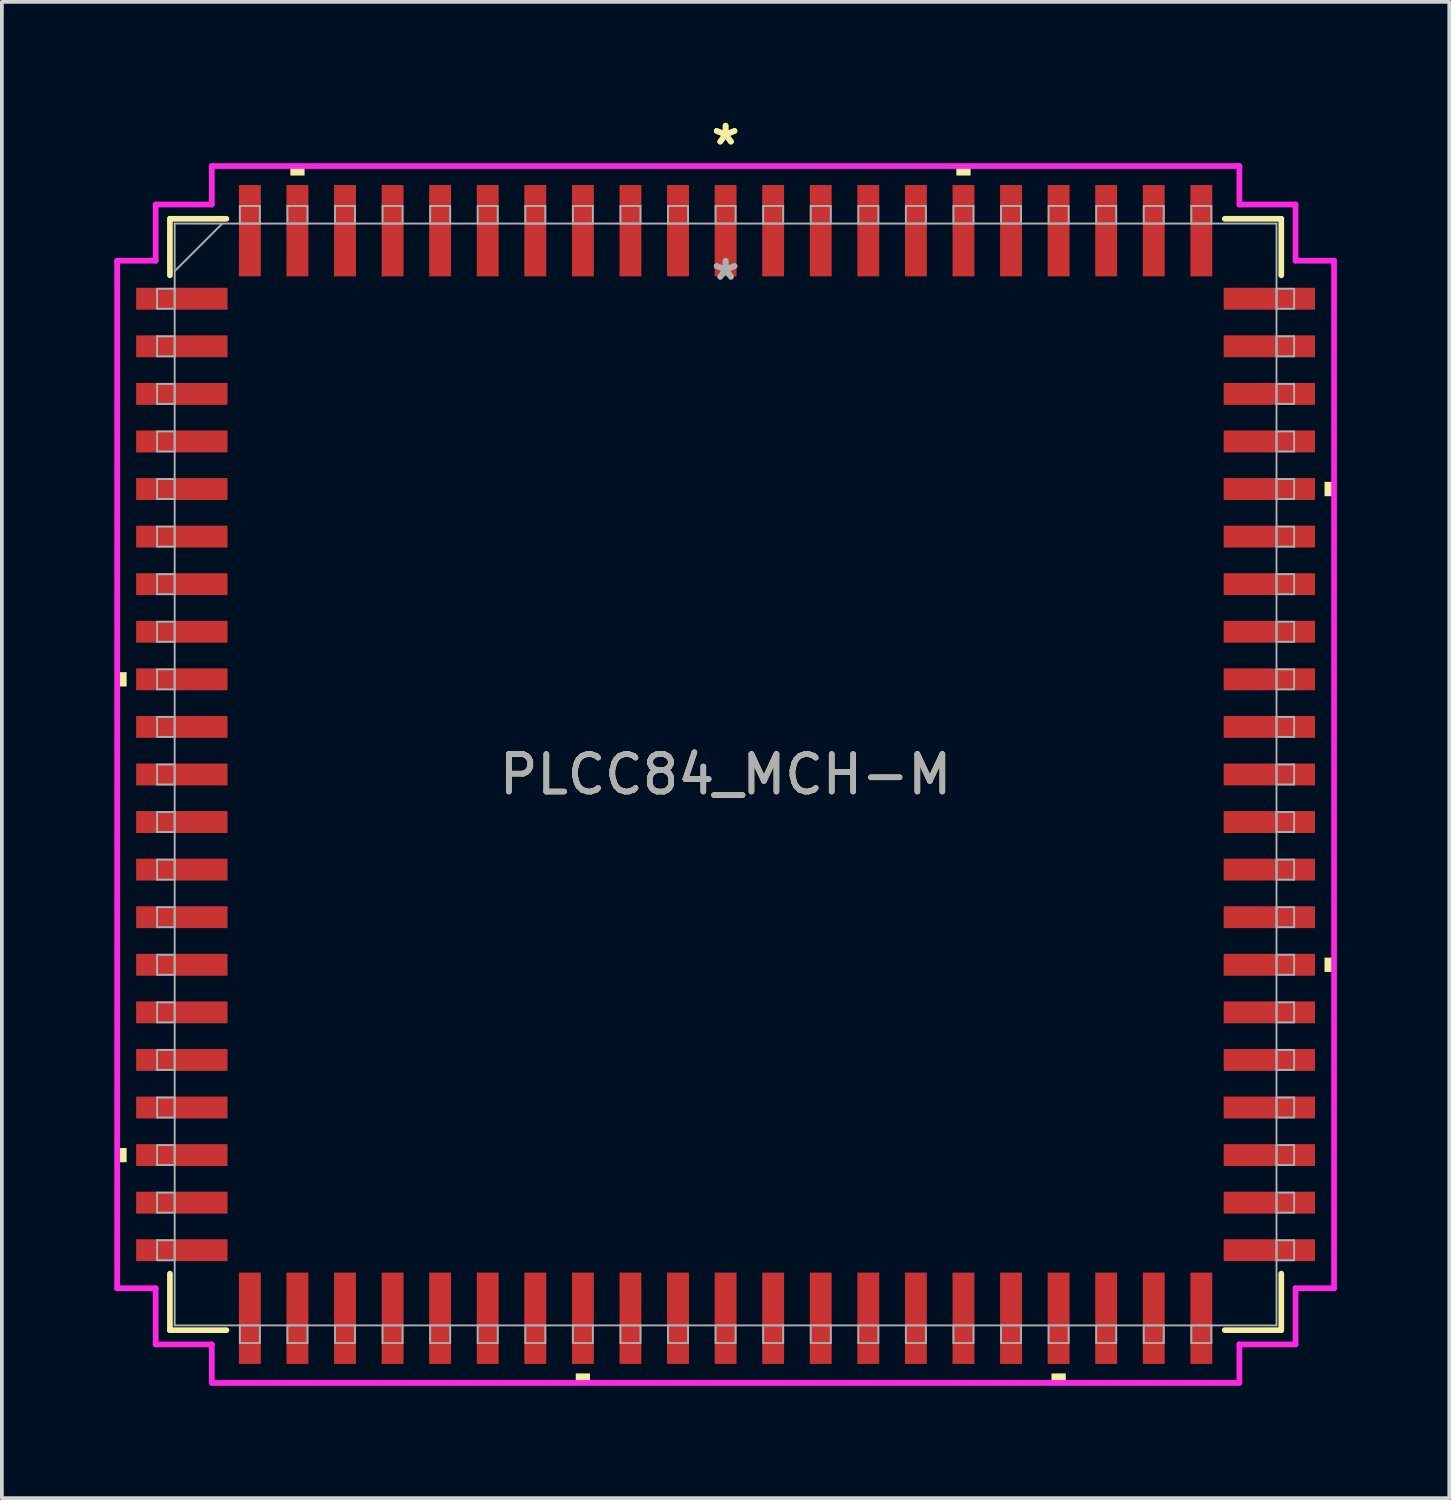
<source format=kicad_pcb>
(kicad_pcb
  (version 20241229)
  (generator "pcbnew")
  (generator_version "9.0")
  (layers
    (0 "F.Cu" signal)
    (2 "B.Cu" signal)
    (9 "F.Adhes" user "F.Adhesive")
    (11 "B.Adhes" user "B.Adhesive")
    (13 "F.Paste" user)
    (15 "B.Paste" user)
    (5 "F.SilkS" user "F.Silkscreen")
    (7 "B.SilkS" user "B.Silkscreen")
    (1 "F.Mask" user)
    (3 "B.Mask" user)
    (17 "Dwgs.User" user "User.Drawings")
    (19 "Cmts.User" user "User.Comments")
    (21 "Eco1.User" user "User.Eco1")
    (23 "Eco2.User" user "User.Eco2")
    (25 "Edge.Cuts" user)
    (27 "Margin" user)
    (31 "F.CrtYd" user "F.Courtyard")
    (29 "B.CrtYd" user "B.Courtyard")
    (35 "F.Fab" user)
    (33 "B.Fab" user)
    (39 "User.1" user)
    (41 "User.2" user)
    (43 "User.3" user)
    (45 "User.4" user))
  (footprint "PLCC84_MCH-M"
    (layer "F.Cu")
    (at 16.32 17.625)
    (property "Reference" "PLCC84_MCH-M" (at 0 0 0) (unlocked yes) (layer "F.SilkS") (effects (font (size 1 1) (thickness 0.15))))
    (attr smd)
    (fp_line (start -14.834 -14.834) (end -14.834 -13.325) (stroke (width 0.152) (type solid)) (layer "F.SilkS"))
    (fp_line (start -14.834 13.325) (end -14.834 14.834) (stroke (width 0.152) (type solid)) (layer "F.SilkS"))
    (fp_line (start -14.834 14.834) (end -13.325 14.834) (stroke (width 0.152) (type solid)) (layer "F.SilkS"))
    (fp_line (start -13.325 -14.834) (end -14.834 -14.834) (stroke (width 0.152) (type solid)) (layer "F.SilkS"))
    (fp_line (start 13.325 14.834) (end 14.834 14.834) (stroke (width 0.152) (type solid)) (layer "F.SilkS"))
    (fp_line (start 14.834 -14.834) (end 13.325 -14.834) (stroke (width 0.152) (type solid)) (layer "F.SilkS"))
    (fp_line (start 14.834 -13.325) (end 14.834 -14.834) (stroke (width 0.152) (type solid)) (layer "F.SilkS"))
    (fp_line (start 14.834 14.834) (end 14.834 13.325) (stroke (width 0.152) (type solid)) (layer "F.SilkS"))
    (fp_poly (pts (xy -16.243 -2.731) (xy -16.243 -2.349) (xy -15.989 -2.349) (xy -15.989 -2.731)) (stroke (width 0) (type solid)) (fill yes) (layer "F.SilkS"))
    (fp_poly (pts (xy -16.243 9.97) (xy -16.243 10.351) (xy -15.989 10.351) (xy -15.989 9.97)) (stroke (width 0) (type solid)) (fill yes) (layer "F.SilkS"))
    (fp_poly (pts (xy -11.62 -15.989) (xy -11.62 -16.243) (xy -11.239 -16.243) (xy -11.239 -15.989)) (stroke (width 0) (type solid)) (fill yes) (layer "F.SilkS"))
    (fp_poly (pts (xy -4 15.989) (xy -4 16.243) (xy -3.619 16.243) (xy -3.619 15.989)) (stroke (width 0) (type solid)) (fill yes) (layer "F.SilkS"))
    (fp_poly (pts (xy 6.16 -15.989) (xy 6.16 -16.243) (xy 6.54 -16.243) (xy 6.54 -15.989)) (stroke (width 0) (type solid)) (fill yes) (layer "F.SilkS"))
    (fp_poly (pts (xy 8.7 15.989) (xy 8.7 16.243) (xy 9.081 16.243) (xy 9.081 15.989)) (stroke (width 0) (type solid)) (fill yes) (layer "F.SilkS"))
    (fp_poly (pts (xy 16.243 -7.811) (xy 16.243 -7.429) (xy 15.989 -7.429) (xy 15.989 -7.811)) (stroke (width 0) (type solid)) (fill yes) (layer "F.SilkS"))
    (fp_poly (pts (xy 16.243 4.889) (xy 16.243 5.271) (xy 15.989 5.271) (xy 15.989 4.889)) (stroke (width 0) (type solid)) (fill yes) (layer "F.SilkS"))
    (fp_line (start -16.243 -13.716) (end -15.215 -13.716) (stroke (width 0.152) (type solid)) (layer "F.CrtYd"))
    (fp_line (start -16.243 13.716) (end -16.243 -13.716) (stroke (width 0.152) (type solid)) (layer "F.CrtYd"))
    (fp_line (start -16.243 13.716) (end -15.215 13.716) (stroke (width 0.152) (type solid)) (layer "F.CrtYd"))
    (fp_line (start -15.215 -15.215) (end -13.716 -15.215) (stroke (width 0.152) (type solid)) (layer "F.CrtYd"))
    (fp_line (start -15.215 -13.716) (end -15.215 -15.215) (stroke (width 0.152) (type solid)) (layer "F.CrtYd"))
    (fp_line (start -15.215 15.215) (end -15.215 13.716) (stroke (width 0.152) (type solid)) (layer "F.CrtYd"))
    (fp_line (start -13.716 -16.243) (end 13.716 -16.243) (stroke (width 0.152) (type solid)) (layer "F.CrtYd"))
    (fp_line (start -13.716 -15.215) (end -13.716 -16.243) (stroke (width 0.152) (type solid)) (layer "F.CrtYd"))
    (fp_line (start -13.716 15.215) (end -15.215 15.215) (stroke (width 0.152) (type solid)) (layer "F.CrtYd"))
    (fp_line (start -13.716 16.243) (end -13.716 15.215) (stroke (width 0.152) (type solid)) (layer "F.CrtYd"))
    (fp_line (start 13.716 -16.243) (end 13.716 -15.215) (stroke (width 0.152) (type solid)) (layer "F.CrtYd"))
    (fp_line (start 13.716 -15.215) (end 15.215 -15.215) (stroke (width 0.152) (type solid)) (layer "F.CrtYd"))
    (fp_line (start 13.716 15.215) (end 13.716 16.243) (stroke (width 0.152) (type solid)) (layer "F.CrtYd"))
    (fp_line (start 13.716 16.243) (end -13.716 16.243) (stroke (width 0.152) (type solid)) (layer "F.CrtYd"))
    (fp_line (start 15.215 -15.215) (end 15.215 -13.716) (stroke (width 0.152) (type solid)) (layer "F.CrtYd"))
    (fp_line (start 15.215 -13.716) (end 16.243 -13.716) (stroke (width 0.152) (type solid)) (layer "F.CrtYd"))
    (fp_line (start 15.215 13.716) (end 15.215 15.215) (stroke (width 0.152) (type solid)) (layer "F.CrtYd"))
    (fp_line (start 15.215 15.215) (end 13.716 15.215) (stroke (width 0.152) (type solid)) (layer "F.CrtYd"))
    (fp_line (start 16.243 -13.716) (end 16.243 13.716) (stroke (width 0.152) (type solid)) (layer "F.CrtYd"))
    (fp_line (start 16.243 13.716) (end 15.215 13.716) (stroke (width 0.152) (type solid)) (layer "F.CrtYd"))
    (fp_line (start -15.177 -12.967) (end -15.177 -12.433) (stroke (width 0.051) (type solid)) (layer "F.Fab"))
    (fp_line (start -15.177 -12.433) (end -14.707 -12.433) (stroke (width 0.051) (type solid)) (layer "F.Fab"))
    (fp_line (start -15.177 -11.697) (end -15.177 -11.163) (stroke (width 0.051) (type solid)) (layer "F.Fab"))
    (fp_line (start -15.177 -11.163) (end -14.707 -11.163) (stroke (width 0.051) (type solid)) (layer "F.Fab"))
    (fp_line (start -15.177 -10.427) (end -15.177 -9.893) (stroke (width 0.051) (type solid)) (layer "F.Fab"))
    (fp_line (start -15.177 -9.893) (end -14.707 -9.893) (stroke (width 0.051) (type solid)) (layer "F.Fab"))
    (fp_line (start -15.177 -9.157) (end -15.177 -8.623) (stroke (width 0.051) (type solid)) (layer "F.Fab"))
    (fp_line (start -15.177 -8.623) (end -14.707 -8.623) (stroke (width 0.051) (type solid)) (layer "F.Fab"))
    (fp_line (start -15.177 -7.887) (end -15.177 -7.353) (stroke (width 0.051) (type solid)) (layer "F.Fab"))
    (fp_line (start -15.177 -7.353) (end -14.707 -7.353) (stroke (width 0.051) (type solid)) (layer "F.Fab"))
    (fp_line (start -15.177 -6.617) (end -15.177 -6.083) (stroke (width 0.051) (type solid)) (layer "F.Fab"))
    (fp_line (start -15.177 -6.083) (end -14.707 -6.083) (stroke (width 0.051) (type solid)) (layer "F.Fab"))
    (fp_line (start -15.177 -5.347) (end -15.177 -4.813) (stroke (width 0.051) (type solid)) (layer "F.Fab"))
    (fp_line (start -15.177 -4.813) (end -14.707 -4.813) (stroke (width 0.051) (type solid)) (layer "F.Fab"))
    (fp_line (start -15.177 -4.077) (end -15.177 -3.543) (stroke (width 0.051) (type solid)) (layer "F.Fab"))
    (fp_line (start -15.177 -3.543) (end -14.707 -3.543) (stroke (width 0.051) (type solid)) (layer "F.Fab"))
    (fp_line (start -15.177 -2.807) (end -15.177 -2.273) (stroke (width 0.051) (type solid)) (layer "F.Fab"))
    (fp_line (start -15.177 -2.273) (end -14.707 -2.273) (stroke (width 0.051) (type solid)) (layer "F.Fab"))
    (fp_line (start -15.177 -1.537) (end -15.177 -1.003) (stroke (width 0.051) (type solid)) (layer "F.Fab"))
    (fp_line (start -15.177 -1.003) (end -14.707 -1.003) (stroke (width 0.051) (type solid)) (layer "F.Fab"))
    (fp_line (start -15.177 -0.267) (end -15.177 0.267) (stroke (width 0.051) (type solid)) (layer "F.Fab"))
    (fp_line (start -15.177 0.267) (end -14.707 0.267) (stroke (width 0.051) (type solid)) (layer "F.Fab"))
    (fp_line (start -15.177 1.003) (end -15.177 1.537) (stroke (width 0.051) (type solid)) (layer "F.Fab"))
    (fp_line (start -15.177 1.537) (end -14.707 1.537) (stroke (width 0.051) (type solid)) (layer "F.Fab"))
    (fp_line (start -15.177 2.273) (end -15.177 2.807) (stroke (width 0.051) (type solid)) (layer "F.Fab"))
    (fp_line (start -15.177 2.807) (end -14.707 2.807) (stroke (width 0.051) (type solid)) (layer "F.Fab"))
    (fp_line (start -15.177 3.543) (end -15.177 4.077) (stroke (width 0.051) (type solid)) (layer "F.Fab"))
    (fp_line (start -15.177 4.077) (end -14.707 4.077) (stroke (width 0.051) (type solid)) (layer "F.Fab"))
    (fp_line (start -15.177 4.813) (end -15.177 5.347) (stroke (width 0.051) (type solid)) (layer "F.Fab"))
    (fp_line (start -15.177 5.347) (end -14.707 5.347) (stroke (width 0.051) (type solid)) (layer "F.Fab"))
    (fp_line (start -15.177 6.083) (end -15.177 6.617) (stroke (width 0.051) (type solid)) (layer "F.Fab"))
    (fp_line (start -15.177 6.617) (end -14.707 6.617) (stroke (width 0.051) (type solid)) (layer "F.Fab"))
    (fp_line (start -15.177 7.353) (end -15.177 7.887) (stroke (width 0.051) (type solid)) (layer "F.Fab"))
    (fp_line (start -15.177 7.887) (end -14.707 7.887) (stroke (width 0.051) (type solid)) (layer "F.Fab"))
    (fp_line (start -15.177 8.623) (end -15.177 9.157) (stroke (width 0.051) (type solid)) (layer "F.Fab"))
    (fp_line (start -15.177 9.157) (end -14.707 9.157) (stroke (width 0.051) (type solid)) (layer "F.Fab"))
    (fp_line (start -15.177 9.893) (end -15.177 10.427) (stroke (width 0.051) (type solid)) (layer "F.Fab"))
    (fp_line (start -15.177 10.427) (end -14.707 10.427) (stroke (width 0.051) (type solid)) (layer "F.Fab"))
    (fp_line (start -15.177 11.163) (end -15.177 11.697) (stroke (width 0.051) (type solid)) (layer "F.Fab"))
    (fp_line (start -15.177 11.697) (end -14.707 11.697) (stroke (width 0.051) (type solid)) (layer "F.Fab"))
    (fp_line (start -15.177 12.433) (end -15.177 12.967) (stroke (width 0.051) (type solid)) (layer "F.Fab"))
    (fp_line (start -15.177 12.967) (end -14.707 12.967) (stroke (width 0.051) (type solid)) (layer "F.Fab"))
    (fp_line (start -14.707 -14.707) (end -14.707 14.707) (stroke (width 0.051) (type solid)) (layer "F.Fab"))
    (fp_line (start -14.707 -13.437) (end -13.437 -14.707) (stroke (width 0.051) (type solid)) (layer "F.Fab"))
    (fp_line (start -14.707 -12.967) (end -15.177 -12.967) (stroke (width 0.051) (type solid)) (layer "F.Fab"))
    (fp_line (start -14.707 -12.433) (end -14.707 -12.967) (stroke (width 0.051) (type solid)) (layer "F.Fab"))
    (fp_line (start -14.707 -11.697) (end -15.177 -11.697) (stroke (width 0.051) (type solid)) (layer "F.Fab"))
    (fp_line (start -14.707 -11.163) (end -14.707 -11.697) (stroke (width 0.051) (type solid)) (layer "F.Fab"))
    (fp_line (start -14.707 -10.427) (end -15.177 -10.427) (stroke (width 0.051) (type solid)) (layer "F.Fab"))
    (fp_line (start -14.707 -9.893) (end -14.707 -10.427) (stroke (width 0.051) (type solid)) (layer "F.Fab"))
    (fp_line (start -14.707 -9.157) (end -15.177 -9.157) (stroke (width 0.051) (type solid)) (layer "F.Fab"))
    (fp_line (start -14.707 -8.623) (end -14.707 -9.157) (stroke (width 0.051) (type solid)) (layer "F.Fab"))
    (fp_line (start -14.707 -7.887) (end -15.177 -7.887) (stroke (width 0.051) (type solid)) (layer "F.Fab"))
    (fp_line (start -14.707 -7.353) (end -14.707 -7.887) (stroke (width 0.051) (type solid)) (layer "F.Fab"))
    (fp_line (start -14.707 -6.617) (end -15.177 -6.617) (stroke (width 0.051) (type solid)) (layer "F.Fab"))
    (fp_line (start -14.707 -6.083) (end -14.707 -6.617) (stroke (width 0.051) (type solid)) (layer "F.Fab"))
    (fp_line (start -14.707 -5.347) (end -15.177 -5.347) (stroke (width 0.051) (type solid)) (layer "F.Fab"))
    (fp_line (start -14.707 -4.813) (end -14.707 -5.347) (stroke (width 0.051) (type solid)) (layer "F.Fab"))
    (fp_line (start -14.707 -4.077) (end -15.177 -4.077) (stroke (width 0.051) (type solid)) (layer "F.Fab"))
    (fp_line (start -14.707 -3.543) (end -14.707 -4.077) (stroke (width 0.051) (type solid)) (layer "F.Fab"))
    (fp_line (start -14.707 -2.807) (end -15.177 -2.807) (stroke (width 0.051) (type solid)) (layer "F.Fab"))
    (fp_line (start -14.707 -2.273) (end -14.707 -2.807) (stroke (width 0.051) (type solid)) (layer "F.Fab"))
    (fp_line (start -14.707 -1.537) (end -15.177 -1.537) (stroke (width 0.051) (type solid)) (layer "F.Fab"))
    (fp_line (start -14.707 -1.003) (end -14.707 -1.537) (stroke (width 0.051) (type solid)) (layer "F.Fab"))
    (fp_line (start -14.707 -0.267) (end -15.177 -0.267) (stroke (width 0.051) (type solid)) (layer "F.Fab"))
    (fp_line (start -14.707 0.267) (end -14.707 -0.267) (stroke (width 0.051) (type solid)) (layer "F.Fab"))
    (fp_line (start -14.707 1.003) (end -15.177 1.003) (stroke (width 0.051) (type solid)) (layer "F.Fab"))
    (fp_line (start -14.707 1.537) (end -14.707 1.003) (stroke (width 0.051) (type solid)) (layer "F.Fab"))
    (fp_line (start -14.707 2.273) (end -15.177 2.273) (stroke (width 0.051) (type solid)) (layer "F.Fab"))
    (fp_line (start -14.707 2.807) (end -14.707 2.273) (stroke (width 0.051) (type solid)) (layer "F.Fab"))
    (fp_line (start -14.707 3.543) (end -15.177 3.543) (stroke (width 0.051) (type solid)) (layer "F.Fab"))
    (fp_line (start -14.707 4.077) (end -14.707 3.543) (stroke (width 0.051) (type solid)) (layer "F.Fab"))
    (fp_line (start -14.707 4.813) (end -15.177 4.813) (stroke (width 0.051) (type solid)) (layer "F.Fab"))
    (fp_line (start -14.707 5.347) (end -14.707 4.813) (stroke (width 0.051) (type solid)) (layer "F.Fab"))
    (fp_line (start -14.707 6.083) (end -15.177 6.083) (stroke (width 0.051) (type solid)) (layer "F.Fab"))
    (fp_line (start -14.707 6.617) (end -14.707 6.083) (stroke (width 0.051) (type solid)) (layer "F.Fab"))
    (fp_line (start -14.707 7.353) (end -15.177 7.353) (stroke (width 0.051) (type solid)) (layer "F.Fab"))
    (fp_line (start -14.707 7.887) (end -14.707 7.353) (stroke (width 0.051) (type solid)) (layer "F.Fab"))
    (fp_line (start -14.707 8.623) (end -15.177 8.623) (stroke (width 0.051) (type solid)) (layer "F.Fab"))
    (fp_line (start -14.707 9.157) (end -14.707 8.623) (stroke (width 0.051) (type solid)) (layer "F.Fab"))
    (fp_line (start -14.707 9.893) (end -15.177 9.893) (stroke (width 0.051) (type solid)) (layer "F.Fab"))
    (fp_line (start -14.707 10.427) (end -14.707 9.893) (stroke (width 0.051) (type solid)) (layer "F.Fab"))
    (fp_line (start -14.707 11.163) (end -15.177 11.163) (stroke (width 0.051) (type solid)) (layer "F.Fab"))
    (fp_line (start -14.707 11.697) (end -14.707 11.163) (stroke (width 0.051) (type solid)) (layer "F.Fab"))
    (fp_line (start -14.707 12.433) (end -15.177 12.433) (stroke (width 0.051) (type solid)) (layer "F.Fab"))
    (fp_line (start -14.707 12.967) (end -14.707 12.433) (stroke (width 0.051) (type solid)) (layer "F.Fab"))
    (fp_line (start -14.707 14.707) (end 14.707 14.707) (stroke (width 0.051) (type solid)) (layer "F.Fab"))
    (fp_line (start -12.967 -15.177) (end -12.967 -14.707) (stroke (width 0.051) (type solid)) (layer "F.Fab"))
    (fp_line (start -12.967 -14.707) (end -12.433 -14.707) (stroke (width 0.051) (type solid)) (layer "F.Fab"))
    (fp_line (start -12.967 14.707) (end -12.967 15.177) (stroke (width 0.051) (type solid)) (layer "F.Fab"))
    (fp_line (start -12.967 15.177) (end -12.433 15.177) (stroke (width 0.051) (type solid)) (layer "F.Fab"))
    (fp_line (start -12.433 -15.177) (end -12.967 -15.177) (stroke (width 0.051) (type solid)) (layer "F.Fab"))
    (fp_line (start -12.433 -14.707) (end -12.433 -15.177) (stroke (width 0.051) (type solid)) (layer "F.Fab"))
    (fp_line (start -12.433 14.707) (end -12.967 14.707) (stroke (width 0.051) (type solid)) (layer "F.Fab"))
    (fp_line (start -12.433 15.177) (end -12.433 14.707) (stroke (width 0.051) (type solid)) (layer "F.Fab"))
    (fp_line (start -11.697 -15.177) (end -11.697 -14.707) (stroke (width 0.051) (type solid)) (layer "F.Fab"))
    (fp_line (start -11.697 -14.707) (end -11.163 -14.707) (stroke (width 0.051) (type solid)) (layer "F.Fab"))
    (fp_line (start -11.697 14.707) (end -11.697 15.177) (stroke (width 0.051) (type solid)) (layer "F.Fab"))
    (fp_line (start -11.697 15.177) (end -11.163 15.177) (stroke (width 0.051) (type solid)) (layer "F.Fab"))
    (fp_line (start -11.163 -15.177) (end -11.697 -15.177) (stroke (width 0.051) (type solid)) (layer "F.Fab"))
    (fp_line (start -11.163 -14.707) (end -11.163 -15.177) (stroke (width 0.051) (type solid)) (layer "F.Fab"))
    (fp_line (start -11.163 14.707) (end -11.697 14.707) (stroke (width 0.051) (type solid)) (layer "F.Fab"))
    (fp_line (start -11.163 15.177) (end -11.163 14.707) (stroke (width 0.051) (type solid)) (layer "F.Fab"))
    (fp_line (start -10.427 -15.177) (end -10.427 -14.707) (stroke (width 0.051) (type solid)) (layer "F.Fab"))
    (fp_line (start -10.427 -14.707) (end -9.893 -14.707) (stroke (width 0.051) (type solid)) (layer "F.Fab"))
    (fp_line (start -10.427 14.707) (end -10.427 15.177) (stroke (width 0.051) (type solid)) (layer "F.Fab"))
    (fp_line (start -10.427 15.177) (end -9.893 15.177) (stroke (width 0.051) (type solid)) (layer "F.Fab"))
    (fp_line (start -9.893 -15.177) (end -10.427 -15.177) (stroke (width 0.051) (type solid)) (layer "F.Fab"))
    (fp_line (start -9.893 -14.707) (end -9.893 -15.177) (stroke (width 0.051) (type solid)) (layer "F.Fab"))
    (fp_line (start -9.893 14.707) (end -10.427 14.707) (stroke (width 0.051) (type solid)) (layer "F.Fab"))
    (fp_line (start -9.893 15.177) (end -9.893 14.707) (stroke (width 0.051) (type solid)) (layer "F.Fab"))
    (fp_line (start -9.157 -15.177) (end -9.157 -14.707) (stroke (width 0.051) (type solid)) (layer "F.Fab"))
    (fp_line (start -9.157 -14.707) (end -8.623 -14.707) (stroke (width 0.051) (type solid)) (layer "F.Fab"))
    (fp_line (start -9.157 14.707) (end -9.157 15.177) (stroke (width 0.051) (type solid)) (layer "F.Fab"))
    (fp_line (start -9.157 15.177) (end -8.623 15.177) (stroke (width 0.051) (type solid)) (layer "F.Fab"))
    (fp_line (start -8.623 -15.177) (end -9.157 -15.177) (stroke (width 0.051) (type solid)) (layer "F.Fab"))
    (fp_line (start -8.623 -14.707) (end -8.623 -15.177) (stroke (width 0.051) (type solid)) (layer "F.Fab"))
    (fp_line (start -8.623 14.707) (end -9.157 14.707) (stroke (width 0.051) (type solid)) (layer "F.Fab"))
    (fp_line (start -8.623 15.177) (end -8.623 14.707) (stroke (width 0.051) (type solid)) (layer "F.Fab"))
    (fp_line (start -7.887 -15.177) (end -7.887 -14.707) (stroke (width 0.051) (type solid)) (layer "F.Fab"))
    (fp_line (start -7.887 -14.707) (end -7.353 -14.707) (stroke (width 0.051) (type solid)) (layer "F.Fab"))
    (fp_line (start -7.887 14.707) (end -7.887 15.177) (stroke (width 0.051) (type solid)) (layer "F.Fab"))
    (fp_line (start -7.887 15.177) (end -7.353 15.177) (stroke (width 0.051) (type solid)) (layer "F.Fab"))
    (fp_line (start -7.353 -15.177) (end -7.887 -15.177) (stroke (width 0.051) (type solid)) (layer "F.Fab"))
    (fp_line (start -7.353 -14.707) (end -7.353 -15.177) (stroke (width 0.051) (type solid)) (layer "F.Fab"))
    (fp_line (start -7.353 14.707) (end -7.887 14.707) (stroke (width 0.051) (type solid)) (layer "F.Fab"))
    (fp_line (start -7.353 15.177) (end -7.353 14.707) (stroke (width 0.051) (type solid)) (layer "F.Fab"))
    (fp_line (start -6.617 -15.177) (end -6.617 -14.707) (stroke (width 0.051) (type solid)) (layer "F.Fab"))
    (fp_line (start -6.617 -14.707) (end -6.083 -14.707) (stroke (width 0.051) (type solid)) (layer "F.Fab"))
    (fp_line (start -6.617 14.707) (end -6.617 15.177) (stroke (width 0.051) (type solid)) (layer "F.Fab"))
    (fp_line (start -6.617 15.177) (end -6.083 15.177) (stroke (width 0.051) (type solid)) (layer "F.Fab"))
    (fp_line (start -6.083 -15.177) (end -6.617 -15.177) (stroke (width 0.051) (type solid)) (layer "F.Fab"))
    (fp_line (start -6.083 -14.707) (end -6.083 -15.177) (stroke (width 0.051) (type solid)) (layer "F.Fab"))
    (fp_line (start -6.083 14.707) (end -6.617 14.707) (stroke (width 0.051) (type solid)) (layer "F.Fab"))
    (fp_line (start -6.083 15.177) (end -6.083 14.707) (stroke (width 0.051) (type solid)) (layer "F.Fab"))
    (fp_line (start -5.347 -15.177) (end -5.347 -14.707) (stroke (width 0.051) (type solid)) (layer "F.Fab"))
    (fp_line (start -5.347 -14.707) (end -4.813 -14.707) (stroke (width 0.051) (type solid)) (layer "F.Fab"))
    (fp_line (start -5.347 14.707) (end -5.347 15.177) (stroke (width 0.051) (type solid)) (layer "F.Fab"))
    (fp_line (start -5.347 15.177) (end -4.813 15.177) (stroke (width 0.051) (type solid)) (layer "F.Fab"))
    (fp_line (start -4.813 -15.177) (end -5.347 -15.177) (stroke (width 0.051) (type solid)) (layer "F.Fab"))
    (fp_line (start -4.813 -14.707) (end -4.813 -15.177) (stroke (width 0.051) (type solid)) (layer "F.Fab"))
    (fp_line (start -4.813 14.707) (end -5.347 14.707) (stroke (width 0.051) (type solid)) (layer "F.Fab"))
    (fp_line (start -4.813 15.177) (end -4.813 14.707) (stroke (width 0.051) (type solid)) (layer "F.Fab"))
    (fp_line (start -4.077 -15.177) (end -4.077 -14.707) (stroke (width 0.051) (type solid)) (layer "F.Fab"))
    (fp_line (start -4.077 -14.707) (end -3.543 -14.707) (stroke (width 0.051) (type solid)) (layer "F.Fab"))
    (fp_line (start -4.077 14.707) (end -4.077 15.177) (stroke (width 0.051) (type solid)) (layer "F.Fab"))
    (fp_line (start -4.077 15.177) (end -3.543 15.177) (stroke (width 0.051) (type solid)) (layer "F.Fab"))
    (fp_line (start -3.543 -15.177) (end -4.077 -15.177) (stroke (width 0.051) (type solid)) (layer "F.Fab"))
    (fp_line (start -3.543 -14.707) (end -3.543 -15.177) (stroke (width 0.051) (type solid)) (layer "F.Fab"))
    (fp_line (start -3.543 14.707) (end -4.077 14.707) (stroke (width 0.051) (type solid)) (layer "F.Fab"))
    (fp_line (start -3.543 15.177) (end -3.543 14.707) (stroke (width 0.051) (type solid)) (layer "F.Fab"))
    (fp_line (start -2.807 -15.177) (end -2.807 -14.707) (stroke (width 0.051) (type solid)) (layer "F.Fab"))
    (fp_line (start -2.807 -14.707) (end -2.273 -14.707) (stroke (width 0.051) (type solid)) (layer "F.Fab"))
    (fp_line (start -2.807 14.707) (end -2.807 15.177) (stroke (width 0.051) (type solid)) (layer "F.Fab"))
    (fp_line (start -2.807 15.177) (end -2.273 15.177) (stroke (width 0.051) (type solid)) (layer "F.Fab"))
    (fp_line (start -2.273 -15.177) (end -2.807 -15.177) (stroke (width 0.051) (type solid)) (layer "F.Fab"))
    (fp_line (start -2.273 -14.707) (end -2.273 -15.177) (stroke (width 0.051) (type solid)) (layer "F.Fab"))
    (fp_line (start -2.273 14.707) (end -2.807 14.707) (stroke (width 0.051) (type solid)) (layer "F.Fab"))
    (fp_line (start -2.273 15.177) (end -2.273 14.707) (stroke (width 0.051) (type solid)) (layer "F.Fab"))
    (fp_line (start -1.537 -15.177) (end -1.537 -14.707) (stroke (width 0.051) (type solid)) (layer "F.Fab"))
    (fp_line (start -1.537 -14.707) (end -1.003 -14.707) (stroke (width 0.051) (type solid)) (layer "F.Fab"))
    (fp_line (start -1.537 14.707) (end -1.537 15.177) (stroke (width 0.051) (type solid)) (layer "F.Fab"))
    (fp_line (start -1.537 15.177) (end -1.003 15.177) (stroke (width 0.051) (type solid)) (layer "F.Fab"))
    (fp_line (start -1.003 -15.177) (end -1.537 -15.177) (stroke (width 0.051) (type solid)) (layer "F.Fab"))
    (fp_line (start -1.003 -14.707) (end -1.003 -15.177) (stroke (width 0.051) (type solid)) (layer "F.Fab"))
    (fp_line (start -1.003 14.707) (end -1.537 14.707) (stroke (width 0.051) (type solid)) (layer "F.Fab"))
    (fp_line (start -1.003 15.177) (end -1.003 14.707) (stroke (width 0.051) (type solid)) (layer "F.Fab"))
    (fp_line (start -0.267 -15.177) (end -0.267 -14.707) (stroke (width 0.051) (type solid)) (layer "F.Fab"))
    (fp_line (start -0.267 -14.707) (end 0.267 -14.707) (stroke (width 0.051) (type solid)) (layer "F.Fab"))
    (fp_line (start -0.267 14.707) (end -0.267 15.177) (stroke (width 0.051) (type solid)) (layer "F.Fab"))
    (fp_line (start -0.267 15.177) (end 0.267 15.177) (stroke (width 0.051) (type solid)) (layer "F.Fab"))
    (fp_line (start 0.267 -15.177) (end -0.267 -15.177) (stroke (width 0.051) (type solid)) (layer "F.Fab"))
    (fp_line (start 0.267 -14.707) (end 0.267 -15.177) (stroke (width 0.051) (type solid)) (layer "F.Fab"))
    (fp_line (start 0.267 14.707) (end -0.267 14.707) (stroke (width 0.051) (type solid)) (layer "F.Fab"))
    (fp_line (start 0.267 15.177) (end 0.267 14.707) (stroke (width 0.051) (type solid)) (layer "F.Fab"))
    (fp_line (start 1.003 -15.177) (end 1.003 -14.707) (stroke (width 0.051) (type solid)) (layer "F.Fab"))
    (fp_line (start 1.003 -14.707) (end 1.537 -14.707) (stroke (width 0.051) (type solid)) (layer "F.Fab"))
    (fp_line (start 1.003 14.707) (end 1.003 15.177) (stroke (width 0.051) (type solid)) (layer "F.Fab"))
    (fp_line (start 1.003 15.177) (end 1.537 15.177) (stroke (width 0.051) (type solid)) (layer "F.Fab"))
    (fp_line (start 1.537 -15.177) (end 1.003 -15.177) (stroke (width 0.051) (type solid)) (layer "F.Fab"))
    (fp_line (start 1.537 -14.707) (end 1.537 -15.177) (stroke (width 0.051) (type solid)) (layer "F.Fab"))
    (fp_line (start 1.537 14.707) (end 1.003 14.707) (stroke (width 0.051) (type solid)) (layer "F.Fab"))
    (fp_line (start 1.537 15.177) (end 1.537 14.707) (stroke (width 0.051) (type solid)) (layer "F.Fab"))
    (fp_line (start 2.273 -15.177) (end 2.273 -14.707) (stroke (width 0.051) (type solid)) (layer "F.Fab"))
    (fp_line (start 2.273 -14.707) (end 2.807 -14.707) (stroke (width 0.051) (type solid)) (layer "F.Fab"))
    (fp_line (start 2.273 14.707) (end 2.273 15.177) (stroke (width 0.051) (type solid)) (layer "F.Fab"))
    (fp_line (start 2.273 15.177) (end 2.807 15.177) (stroke (width 0.051) (type solid)) (layer "F.Fab"))
    (fp_line (start 2.807 -15.177) (end 2.273 -15.177) (stroke (width 0.051) (type solid)) (layer "F.Fab"))
    (fp_line (start 2.807 -14.707) (end 2.807 -15.177) (stroke (width 0.051) (type solid)) (layer "F.Fab"))
    (fp_line (start 2.807 14.707) (end 2.273 14.707) (stroke (width 0.051) (type solid)) (layer "F.Fab"))
    (fp_line (start 2.807 15.177) (end 2.807 14.707) (stroke (width 0.051) (type solid)) (layer "F.Fab"))
    (fp_line (start 3.543 -15.177) (end 3.543 -14.707) (stroke (width 0.051) (type solid)) (layer "F.Fab"))
    (fp_line (start 3.543 -14.707) (end 4.077 -14.707) (stroke (width 0.051) (type solid)) (layer "F.Fab"))
    (fp_line (start 3.543 14.707) (end 3.543 15.177) (stroke (width 0.051) (type solid)) (layer "F.Fab"))
    (fp_line (start 3.543 15.177) (end 4.077 15.177) (stroke (width 0.051) (type solid)) (layer "F.Fab"))
    (fp_line (start 4.077 -15.177) (end 3.543 -15.177) (stroke (width 0.051) (type solid)) (layer "F.Fab"))
    (fp_line (start 4.077 -14.707) (end 4.077 -15.177) (stroke (width 0.051) (type solid)) (layer "F.Fab"))
    (fp_line (start 4.077 14.707) (end 3.543 14.707) (stroke (width 0.051) (type solid)) (layer "F.Fab"))
    (fp_line (start 4.077 15.177) (end 4.077 14.707) (stroke (width 0.051) (type solid)) (layer "F.Fab"))
    (fp_line (start 4.813 -15.177) (end 4.813 -14.707) (stroke (width 0.051) (type solid)) (layer "F.Fab"))
    (fp_line (start 4.813 -14.707) (end 5.347 -14.707) (stroke (width 0.051) (type solid)) (layer "F.Fab"))
    (fp_line (start 4.813 14.707) (end 4.813 15.177) (stroke (width 0.051) (type solid)) (layer "F.Fab"))
    (fp_line (start 4.813 15.177) (end 5.347 15.177) (stroke (width 0.051) (type solid)) (layer "F.Fab"))
    (fp_line (start 5.347 -15.177) (end 4.813 -15.177) (stroke (width 0.051) (type solid)) (layer "F.Fab"))
    (fp_line (start 5.347 -14.707) (end 5.347 -15.177) (stroke (width 0.051) (type solid)) (layer "F.Fab"))
    (fp_line (start 5.347 14.707) (end 4.813 14.707) (stroke (width 0.051) (type solid)) (layer "F.Fab"))
    (fp_line (start 5.347 15.177) (end 5.347 14.707) (stroke (width 0.051) (type solid)) (layer "F.Fab"))
    (fp_line (start 6.083 -15.177) (end 6.083 -14.707) (stroke (width 0.051) (type solid)) (layer "F.Fab"))
    (fp_line (start 6.083 -14.707) (end 6.617 -14.707) (stroke (width 0.051) (type solid)) (layer "F.Fab"))
    (fp_line (start 6.083 14.707) (end 6.083 15.177) (stroke (width 0.051) (type solid)) (layer "F.Fab"))
    (fp_line (start 6.083 15.177) (end 6.617 15.177) (stroke (width 0.051) (type solid)) (layer "F.Fab"))
    (fp_line (start 6.617 -15.177) (end 6.083 -15.177) (stroke (width 0.051) (type solid)) (layer "F.Fab"))
    (fp_line (start 6.617 -14.707) (end 6.617 -15.177) (stroke (width 0.051) (type solid)) (layer "F.Fab"))
    (fp_line (start 6.617 14.707) (end 6.083 14.707) (stroke (width 0.051) (type solid)) (layer "F.Fab"))
    (fp_line (start 6.617 15.177) (end 6.617 14.707) (stroke (width 0.051) (type solid)) (layer "F.Fab"))
    (fp_line (start 7.353 -15.177) (end 7.353 -14.707) (stroke (width 0.051) (type solid)) (layer "F.Fab"))
    (fp_line (start 7.353 -14.707) (end 7.887 -14.707) (stroke (width 0.051) (type solid)) (layer "F.Fab"))
    (fp_line (start 7.353 14.707) (end 7.353 15.177) (stroke (width 0.051) (type solid)) (layer "F.Fab"))
    (fp_line (start 7.353 15.177) (end 7.887 15.177) (stroke (width 0.051) (type solid)) (layer "F.Fab"))
    (fp_line (start 7.887 -15.177) (end 7.353 -15.177) (stroke (width 0.051) (type solid)) (layer "F.Fab"))
    (fp_line (start 7.887 -14.707) (end 7.887 -15.177) (stroke (width 0.051) (type solid)) (layer "F.Fab"))
    (fp_line (start 7.887 14.707) (end 7.353 14.707) (stroke (width 0.051) (type solid)) (layer "F.Fab"))
    (fp_line (start 7.887 15.177) (end 7.887 14.707) (stroke (width 0.051) (type solid)) (layer "F.Fab"))
    (fp_line (start 8.623 -15.177) (end 8.623 -14.707) (stroke (width 0.051) (type solid)) (layer "F.Fab"))
    (fp_line (start 8.623 -14.707) (end 9.157 -14.707) (stroke (width 0.051) (type solid)) (layer "F.Fab"))
    (fp_line (start 8.623 14.707) (end 8.623 15.177) (stroke (width 0.051) (type solid)) (layer "F.Fab"))
    (fp_line (start 8.623 15.177) (end 9.157 15.177) (stroke (width 0.051) (type solid)) (layer "F.Fab"))
    (fp_line (start 9.157 -15.177) (end 8.623 -15.177) (stroke (width 0.051) (type solid)) (layer "F.Fab"))
    (fp_line (start 9.157 -14.707) (end 9.157 -15.177) (stroke (width 0.051) (type solid)) (layer "F.Fab"))
    (fp_line (start 9.157 14.707) (end 8.623 14.707) (stroke (width 0.051) (type solid)) (layer "F.Fab"))
    (fp_line (start 9.157 15.177) (end 9.157 14.707) (stroke (width 0.051) (type solid)) (layer "F.Fab"))
    (fp_line (start 9.893 -15.177) (end 9.893 -14.707) (stroke (width 0.051) (type solid)) (layer "F.Fab"))
    (fp_line (start 9.893 -14.707) (end 10.427 -14.707) (stroke (width 0.051) (type solid)) (layer "F.Fab"))
    (fp_line (start 9.893 14.707) (end 9.893 15.177) (stroke (width 0.051) (type solid)) (layer "F.Fab"))
    (fp_line (start 9.893 15.177) (end 10.427 15.177) (stroke (width 0.051) (type solid)) (layer "F.Fab"))
    (fp_line (start 10.427 -15.177) (end 9.893 -15.177) (stroke (width 0.051) (type solid)) (layer "F.Fab"))
    (fp_line (start 10.427 -14.707) (end 10.427 -15.177) (stroke (width 0.051) (type solid)) (layer "F.Fab"))
    (fp_line (start 10.427 14.707) (end 9.893 14.707) (stroke (width 0.051) (type solid)) (layer "F.Fab"))
    (fp_line (start 10.427 15.177) (end 10.427 14.707) (stroke (width 0.051) (type solid)) (layer "F.Fab"))
    (fp_line (start 11.163 -15.177) (end 11.163 -14.707) (stroke (width 0.051) (type solid)) (layer "F.Fab"))
    (fp_line (start 11.163 -14.707) (end 11.697 -14.707) (stroke (width 0.051) (type solid)) (layer "F.Fab"))
    (fp_line (start 11.163 14.707) (end 11.163 15.177) (stroke (width 0.051) (type solid)) (layer "F.Fab"))
    (fp_line (start 11.163 15.177) (end 11.697 15.177) (stroke (width 0.051) (type solid)) (layer "F.Fab"))
    (fp_line (start 11.697 -15.177) (end 11.163 -15.177) (stroke (width 0.051) (type solid)) (layer "F.Fab"))
    (fp_line (start 11.697 -14.707) (end 11.697 -15.177) (stroke (width 0.051) (type solid)) (layer "F.Fab"))
    (fp_line (start 11.697 14.707) (end 11.163 14.707) (stroke (width 0.051) (type solid)) (layer "F.Fab"))
    (fp_line (start 11.697 15.177) (end 11.697 14.707) (stroke (width 0.051) (type solid)) (layer "F.Fab"))
    (fp_line (start 12.433 -15.177) (end 12.433 -14.707) (stroke (width 0.051) (type solid)) (layer "F.Fab"))
    (fp_line (start 12.433 -14.707) (end 12.967 -14.707) (stroke (width 0.051) (type solid)) (layer "F.Fab"))
    (fp_line (start 12.433 14.707) (end 12.433 15.177) (stroke (width 0.051) (type solid)) (layer "F.Fab"))
    (fp_line (start 12.433 15.177) (end 12.967 15.177) (stroke (width 0.051) (type solid)) (layer "F.Fab"))
    (fp_line (start 12.967 -15.177) (end 12.433 -15.177) (stroke (width 0.051) (type solid)) (layer "F.Fab"))
    (fp_line (start 12.967 -14.707) (end 12.967 -15.177) (stroke (width 0.051) (type solid)) (layer "F.Fab"))
    (fp_line (start 12.967 14.707) (end 12.433 14.707) (stroke (width 0.051) (type solid)) (layer "F.Fab"))
    (fp_line (start 12.967 15.177) (end 12.967 14.707) (stroke (width 0.051) (type solid)) (layer "F.Fab"))
    (fp_line (start 14.707 -14.707) (end -14.707 -14.707) (stroke (width 0.051) (type solid)) (layer "F.Fab"))
    (fp_line (start 14.707 -12.967) (end 14.707 -12.433) (stroke (width 0.051) (type solid)) (layer "F.Fab"))
    (fp_line (start 14.707 -12.433) (end 15.177 -12.433) (stroke (width 0.051) (type solid)) (layer "F.Fab"))
    (fp_line (start 14.707 -11.697) (end 14.707 -11.163) (stroke (width 0.051) (type solid)) (layer "F.Fab"))
    (fp_line (start 14.707 -11.163) (end 15.177 -11.163) (stroke (width 0.051) (type solid)) (layer "F.Fab"))
    (fp_line (start 14.707 -10.427) (end 14.707 -9.893) (stroke (width 0.051) (type solid)) (layer "F.Fab"))
    (fp_line (start 14.707 -9.893) (end 15.177 -9.893) (stroke (width 0.051) (type solid)) (layer "F.Fab"))
    (fp_line (start 14.707 -9.157) (end 14.707 -8.623) (stroke (width 0.051) (type solid)) (layer "F.Fab"))
    (fp_line (start 14.707 -8.623) (end 15.177 -8.623) (stroke (width 0.051) (type solid)) (layer "F.Fab"))
    (fp_line (start 14.707 -7.887) (end 14.707 -7.353) (stroke (width 0.051) (type solid)) (layer "F.Fab"))
    (fp_line (start 14.707 -7.353) (end 15.177 -7.353) (stroke (width 0.051) (type solid)) (layer "F.Fab"))
    (fp_line (start 14.707 -6.617) (end 14.707 -6.083) (stroke (width 0.051) (type solid)) (layer "F.Fab"))
    (fp_line (start 14.707 -6.083) (end 15.177 -6.083) (stroke (width 0.051) (type solid)) (layer "F.Fab"))
    (fp_line (start 14.707 -5.347) (end 14.707 -4.813) (stroke (width 0.051) (type solid)) (layer "F.Fab"))
    (fp_line (start 14.707 -4.813) (end 15.177 -4.813) (stroke (width 0.051) (type solid)) (layer "F.Fab"))
    (fp_line (start 14.707 -4.077) (end 14.707 -3.543) (stroke (width 0.051) (type solid)) (layer "F.Fab"))
    (fp_line (start 14.707 -3.543) (end 15.177 -3.543) (stroke (width 0.051) (type solid)) (layer "F.Fab"))
    (fp_line (start 14.707 -2.807) (end 14.707 -2.273) (stroke (width 0.051) (type solid)) (layer "F.Fab"))
    (fp_line (start 14.707 -2.273) (end 15.177 -2.273) (stroke (width 0.051) (type solid)) (layer "F.Fab"))
    (fp_line (start 14.707 -1.537) (end 14.707 -1.003) (stroke (width 0.051) (type solid)) (layer "F.Fab"))
    (fp_line (start 14.707 -1.003) (end 15.177 -1.003) (stroke (width 0.051) (type solid)) (layer "F.Fab"))
    (fp_line (start 14.707 -0.267) (end 14.707 0.267) (stroke (width 0.051) (type solid)) (layer "F.Fab"))
    (fp_line (start 14.707 0.267) (end 15.177 0.267) (stroke (width 0.051) (type solid)) (layer "F.Fab"))
    (fp_line (start 14.707 1.003) (end 14.707 1.537) (stroke (width 0.051) (type solid)) (layer "F.Fab"))
    (fp_line (start 14.707 1.537) (end 15.177 1.537) (stroke (width 0.051) (type solid)) (layer "F.Fab"))
    (fp_line (start 14.707 2.273) (end 14.707 2.807) (stroke (width 0.051) (type solid)) (layer "F.Fab"))
    (fp_line (start 14.707 2.807) (end 15.177 2.807) (stroke (width 0.051) (type solid)) (layer "F.Fab"))
    (fp_line (start 14.707 3.543) (end 14.707 4.077) (stroke (width 0.051) (type solid)) (layer "F.Fab"))
    (fp_line (start 14.707 4.077) (end 15.177 4.077) (stroke (width 0.051) (type solid)) (layer "F.Fab"))
    (fp_line (start 14.707 4.813) (end 14.707 5.347) (stroke (width 0.051) (type solid)) (layer "F.Fab"))
    (fp_line (start 14.707 5.347) (end 15.177 5.347) (stroke (width 0.051) (type solid)) (layer "F.Fab"))
    (fp_line (start 14.707 6.083) (end 14.707 6.617) (stroke (width 0.051) (type solid)) (layer "F.Fab"))
    (fp_line (start 14.707 6.617) (end 15.177 6.617) (stroke (width 0.051) (type solid)) (layer "F.Fab"))
    (fp_line (start 14.707 7.353) (end 14.707 7.887) (stroke (width 0.051) (type solid)) (layer "F.Fab"))
    (fp_line (start 14.707 7.887) (end 15.177 7.887) (stroke (width 0.051) (type solid)) (layer "F.Fab"))
    (fp_line (start 14.707 8.623) (end 14.707 9.157) (stroke (width 0.051) (type solid)) (layer "F.Fab"))
    (fp_line (start 14.707 9.157) (end 15.177 9.157) (stroke (width 0.051) (type solid)) (layer "F.Fab"))
    (fp_line (start 14.707 9.893) (end 14.707 10.427) (stroke (width 0.051) (type solid)) (layer "F.Fab"))
    (fp_line (start 14.707 10.427) (end 15.177 10.427) (stroke (width 0.051) (type solid)) (layer "F.Fab"))
    (fp_line (start 14.707 11.163) (end 14.707 11.697) (stroke (width 0.051) (type solid)) (layer "F.Fab"))
    (fp_line (start 14.707 11.697) (end 15.177 11.697) (stroke (width 0.051) (type solid)) (layer "F.Fab"))
    (fp_line (start 14.707 12.433) (end 14.707 12.967) (stroke (width 0.051) (type solid)) (layer "F.Fab"))
    (fp_line (start 14.707 12.967) (end 15.177 12.967) (stroke (width 0.051) (type solid)) (layer "F.Fab"))
    (fp_line (start 14.707 14.707) (end 14.707 -14.707) (stroke (width 0.051) (type solid)) (layer "F.Fab"))
    (fp_line (start 15.177 -12.967) (end 14.707 -12.967) (stroke (width 0.051) (type solid)) (layer "F.Fab"))
    (fp_line (start 15.177 -12.433) (end 15.177 -12.967) (stroke (width 0.051) (type solid)) (layer "F.Fab"))
    (fp_line (start 15.177 -11.697) (end 14.707 -11.697) (stroke (width 0.051) (type solid)) (layer "F.Fab"))
    (fp_line (start 15.177 -11.163) (end 15.177 -11.697) (stroke (width 0.051) (type solid)) (layer "F.Fab"))
    (fp_line (start 15.177 -10.427) (end 14.707 -10.427) (stroke (width 0.051) (type solid)) (layer "F.Fab"))
    (fp_line (start 15.177 -9.893) (end 15.177 -10.427) (stroke (width 0.051) (type solid)) (layer "F.Fab"))
    (fp_line (start 15.177 -9.157) (end 14.707 -9.157) (stroke (width 0.051) (type solid)) (layer "F.Fab"))
    (fp_line (start 15.177 -8.623) (end 15.177 -9.157) (stroke (width 0.051) (type solid)) (layer "F.Fab"))
    (fp_line (start 15.177 -7.887) (end 14.707 -7.887) (stroke (width 0.051) (type solid)) (layer "F.Fab"))
    (fp_line (start 15.177 -7.353) (end 15.177 -7.887) (stroke (width 0.051) (type solid)) (layer "F.Fab"))
    (fp_line (start 15.177 -6.617) (end 14.707 -6.617) (stroke (width 0.051) (type solid)) (layer "F.Fab"))
    (fp_line (start 15.177 -6.083) (end 15.177 -6.617) (stroke (width 0.051) (type solid)) (layer "F.Fab"))
    (fp_line (start 15.177 -5.347) (end 14.707 -5.347) (stroke (width 0.051) (type solid)) (layer "F.Fab"))
    (fp_line (start 15.177 -4.813) (end 15.177 -5.347) (stroke (width 0.051) (type solid)) (layer "F.Fab"))
    (fp_line (start 15.177 -4.077) (end 14.707 -4.077) (stroke (width 0.051) (type solid)) (layer "F.Fab"))
    (fp_line (start 15.177 -3.543) (end 15.177 -4.077) (stroke (width 0.051) (type solid)) (layer "F.Fab"))
    (fp_line (start 15.177 -2.807) (end 14.707 -2.807) (stroke (width 0.051) (type solid)) (layer "F.Fab"))
    (fp_line (start 15.177 -2.273) (end 15.177 -2.807) (stroke (width 0.051) (type solid)) (layer "F.Fab"))
    (fp_line (start 15.177 -1.537) (end 14.707 -1.537) (stroke (width 0.051) (type solid)) (layer "F.Fab"))
    (fp_line (start 15.177 -1.003) (end 15.177 -1.537) (stroke (width 0.051) (type solid)) (layer "F.Fab"))
    (fp_line (start 15.177 -0.267) (end 14.707 -0.267) (stroke (width 0.051) (type solid)) (layer "F.Fab"))
    (fp_line (start 15.177 0.267) (end 15.177 -0.267) (stroke (width 0.051) (type solid)) (layer "F.Fab"))
    (fp_line (start 15.177 1.003) (end 14.707 1.003) (stroke (width 0.051) (type solid)) (layer "F.Fab"))
    (fp_line (start 15.177 1.537) (end 15.177 1.003) (stroke (width 0.051) (type solid)) (layer "F.Fab"))
    (fp_line (start 15.177 2.273) (end 14.707 2.273) (stroke (width 0.051) (type solid)) (layer "F.Fab"))
    (fp_line (start 15.177 2.807) (end 15.177 2.273) (stroke (width 0.051) (type solid)) (layer "F.Fab"))
    (fp_line (start 15.177 3.543) (end 14.707 3.543) (stroke (width 0.051) (type solid)) (layer "F.Fab"))
    (fp_line (start 15.177 4.077) (end 15.177 3.543) (stroke (width 0.051) (type solid)) (layer "F.Fab"))
    (fp_line (start 15.177 4.813) (end 14.707 4.813) (stroke (width 0.051) (type solid)) (layer "F.Fab"))
    (fp_line (start 15.177 5.347) (end 15.177 4.813) (stroke (width 0.051) (type solid)) (layer "F.Fab"))
    (fp_line (start 15.177 6.083) (end 14.707 6.083) (stroke (width 0.051) (type solid)) (layer "F.Fab"))
    (fp_line (start 15.177 6.617) (end 15.177 6.083) (stroke (width 0.051) (type solid)) (layer "F.Fab"))
    (fp_line (start 15.177 7.353) (end 14.707 7.353) (stroke (width 0.051) (type solid)) (layer "F.Fab"))
    (fp_line (start 15.177 7.887) (end 15.177 7.353) (stroke (width 0.051) (type solid)) (layer "F.Fab"))
    (fp_line (start 15.177 8.623) (end 14.707 8.623) (stroke (width 0.051) (type solid)) (layer "F.Fab"))
    (fp_line (start 15.177 9.157) (end 15.177 8.623) (stroke (width 0.051) (type solid)) (layer "F.Fab"))
    (fp_line (start 15.177 9.893) (end 14.707 9.893) (stroke (width 0.051) (type solid)) (layer "F.Fab"))
    (fp_line (start 15.177 10.427) (end 15.177 9.893) (stroke (width 0.051) (type solid)) (layer "F.Fab"))
    (fp_line (start 15.177 11.163) (end 14.707 11.163) (stroke (width 0.051) (type solid)) (layer "F.Fab"))
    (fp_line (start 15.177 11.697) (end 15.177 11.163) (stroke (width 0.051) (type solid)) (layer "F.Fab"))
    (fp_line (start 15.177 12.433) (end 14.707 12.433) (stroke (width 0.051) (type solid)) (layer "F.Fab"))
    (fp_line (start 15.177 12.967) (end 15.177 12.433) (stroke (width 0.051) (type solid)) (layer "F.Fab"))
    (fp_text user "*" (at 0 -16.777 0) (unlocked yes) (layer "F.SilkS") (effects (font (size 1 1) (thickness 0.15))))
    (fp_text user "*" (at 0 -16.777 0) (layer "F.SilkS") (effects (font (size 1 1) (thickness 0.15))))
    (fp_text user "*" (at 0 -13.17 0) (layer "F.Fab") (effects (font (size 1 1) (thickness 0.15))))
    (fp_text user "*" (at 0 -13.17 0) (unlocked yes) (layer "F.Fab") (effects (font (size 1 1) (thickness 0.15))))
    (fp_text user "${REFERENCE}" (at 0 0 0) (unlocked yes) (layer "F.Fab") (effects (font (size 1 1) (thickness 0.15))))
    (pad "1" smd rect (at 0 -14.516) (size 0.584 2.438) (layers "F.Cu" "F.Mask" "F.Paste"))
    (pad "2" smd rect (at -1.27 -14.516) (size 0.584 2.438) (layers "F.Cu" "F.Mask" "F.Paste"))
    (pad "3" smd rect (at -2.54 -14.516) (size 0.584 2.438) (layers "F.Cu" "F.Mask" "F.Paste"))
    (pad "4" smd rect (at -3.81 -14.516) (size 0.584 2.438) (layers "F.Cu" "F.Mask" "F.Paste"))
    (pad "5" smd rect (at -5.08 -14.516) (size 0.584 2.438) (layers "F.Cu" "F.Mask" "F.Paste"))
    (pad "6" smd rect (at -6.35 -14.516) (size 0.584 2.438) (layers "F.Cu" "F.Mask" "F.Paste"))
    (pad "7" smd rect (at -7.62 -14.516) (size 0.584 2.438) (layers "F.Cu" "F.Mask" "F.Paste"))
    (pad "8" smd rect (at -8.89 -14.516) (size 0.584 2.438) (layers "F.Cu" "F.Mask" "F.Paste"))
    (pad "9" smd rect (at -10.16 -14.516) (size 0.584 2.438) (layers "F.Cu" "F.Mask" "F.Paste"))
    (pad "10" smd rect (at -11.43 -14.516) (size 0.584 2.438) (layers "F.Cu" "F.Mask" "F.Paste"))
    (pad "11" smd rect (at -12.7 -14.516) (size 0.584 2.438) (layers "F.Cu" "F.Mask" "F.Paste"))
    (pad "12" smd rect (at -14.516 -12.7 90) (size 0.584 2.438) (layers "F.Cu" "F.Mask" "F.Paste"))
    (pad "13" smd rect (at -14.516 -11.43 90) (size 0.584 2.438) (layers "F.Cu" "F.Mask" "F.Paste"))
    (pad "14" smd rect (at -14.516 -10.16 90) (size 0.584 2.438) (layers "F.Cu" "F.Mask" "F.Paste"))
    (pad "15" smd rect (at -14.516 -8.89 90) (size 0.584 2.438) (layers "F.Cu" "F.Mask" "F.Paste"))
    (pad "16" smd rect (at -14.516 -7.62 90) (size 0.584 2.438) (layers "F.Cu" "F.Mask" "F.Paste"))
    (pad "17" smd rect (at -14.516 -6.35 90) (size 0.584 2.438) (layers "F.Cu" "F.Mask" "F.Paste"))
    (pad "18" smd rect (at -14.516 -5.08 90) (size 0.584 2.438) (layers "F.Cu" "F.Mask" "F.Paste"))
    (pad "19" smd rect (at -14.516 -3.81 90) (size 0.584 2.438) (layers "F.Cu" "F.Mask" "F.Paste"))
    (pad "20" smd rect (at -14.516 -2.54 90) (size 0.584 2.438) (layers "F.Cu" "F.Mask" "F.Paste"))
    (pad "21" smd rect (at -14.516 -1.27 90) (size 0.584 2.438) (layers "F.Cu" "F.Mask" "F.Paste"))
    (pad "22" smd rect (at -14.516 0 90) (size 0.584 2.438) (layers "F.Cu" "F.Mask" "F.Paste"))
    (pad "23" smd rect (at -14.516 1.27 90) (size 0.584 2.438) (layers "F.Cu" "F.Mask" "F.Paste"))
    (pad "24" smd rect (at -14.516 2.54 90) (size 0.584 2.438) (layers "F.Cu" "F.Mask" "F.Paste"))
    (pad "25" smd rect (at -14.516 3.81 90) (size 0.584 2.438) (layers "F.Cu" "F.Mask" "F.Paste"))
    (pad "26" smd rect (at -14.516 5.08 90) (size 0.584 2.438) (layers "F.Cu" "F.Mask" "F.Paste"))
    (pad "27" smd rect (at -14.516 6.35 90) (size 0.584 2.438) (layers "F.Cu" "F.Mask" "F.Paste"))
    (pad "28" smd rect (at -14.516 7.62 90) (size 0.584 2.438) (layers "F.Cu" "F.Mask" "F.Paste"))
    (pad "29" smd rect (at -14.516 8.89 90) (size 0.584 2.438) (layers "F.Cu" "F.Mask" "F.Paste"))
    (pad "30" smd rect (at -14.516 10.16 90) (size 0.584 2.438) (layers "F.Cu" "F.Mask" "F.Paste"))
    (pad "31" smd rect (at -14.516 11.43 90) (size 0.584 2.438) (layers "F.Cu" "F.Mask" "F.Paste"))
    (pad "32" smd rect (at -14.516 12.7 90) (size 0.584 2.438) (layers "F.Cu" "F.Mask" "F.Paste"))
    (pad "33" smd rect (at -12.7 14.516) (size 0.584 2.438) (layers "F.Cu" "F.Mask" "F.Paste"))
    (pad "34" smd rect (at -11.43 14.516) (size 0.584 2.438) (layers "F.Cu" "F.Mask" "F.Paste"))
    (pad "35" smd rect (at -10.16 14.516) (size 0.584 2.438) (layers "F.Cu" "F.Mask" "F.Paste"))
    (pad "36" smd rect (at -8.89 14.516) (size 0.584 2.438) (layers "F.Cu" "F.Mask" "F.Paste"))
    (pad "37" smd rect (at -7.62 14.516) (size 0.584 2.438) (layers "F.Cu" "F.Mask" "F.Paste"))
    (pad "38" smd rect (at -6.35 14.516) (size 0.584 2.438) (layers "F.Cu" "F.Mask" "F.Paste"))
    (pad "39" smd rect (at -5.08 14.516) (size 0.584 2.438) (layers "F.Cu" "F.Mask" "F.Paste"))
    (pad "40" smd rect (at -3.81 14.516) (size 0.584 2.438) (layers "F.Cu" "F.Mask" "F.Paste"))
    (pad "41" smd rect (at -2.54 14.516) (size 0.584 2.438) (layers "F.Cu" "F.Mask" "F.Paste"))
    (pad "42" smd rect (at -1.27 14.516) (size 0.584 2.438) (layers "F.Cu" "F.Mask" "F.Paste"))
    (pad "43" smd rect (at 0 14.516) (size 0.584 2.438) (layers "F.Cu" "F.Mask" "F.Paste"))
    (pad "44" smd rect (at 1.27 14.516) (size 0.584 2.438) (layers "F.Cu" "F.Mask" "F.Paste"))
    (pad "45" smd rect (at 2.54 14.516) (size 0.584 2.438) (layers "F.Cu" "F.Mask" "F.Paste"))
    (pad "46" smd rect (at 3.81 14.516) (size 0.584 2.438) (layers "F.Cu" "F.Mask" "F.Paste"))
    (pad "47" smd rect (at 5.08 14.516) (size 0.584 2.438) (layers "F.Cu" "F.Mask" "F.Paste"))
    (pad "48" smd rect (at 6.35 14.516) (size 0.584 2.438) (layers "F.Cu" "F.Mask" "F.Paste"))
    (pad "49" smd rect (at 7.62 14.516) (size 0.584 2.438) (layers "F.Cu" "F.Mask" "F.Paste"))
    (pad "50" smd rect (at 8.89 14.516) (size 0.584 2.438) (layers "F.Cu" "F.Mask" "F.Paste"))
    (pad "51" smd rect (at 10.16 14.516) (size 0.584 2.438) (layers "F.Cu" "F.Mask" "F.Paste"))
    (pad "52" smd rect (at 11.43 14.516) (size 0.584 2.438) (layers "F.Cu" "F.Mask" "F.Paste"))
    (pad "53" smd rect (at 12.7 14.516) (size 0.584 2.438) (layers "F.Cu" "F.Mask" "F.Paste"))
    (pad "54" smd rect (at 14.516 12.7 90) (size 0.584 2.438) (layers "F.Cu" "F.Mask" "F.Paste"))
    (pad "55" smd rect (at 14.516 11.43 90) (size 0.584 2.438) (layers "F.Cu" "F.Mask" "F.Paste"))
    (pad "56" smd rect (at 14.516 10.16 90) (size 0.584 2.438) (layers "F.Cu" "F.Mask" "F.Paste"))
    (pad "57" smd rect (at 14.516 8.89 90) (size 0.584 2.438) (layers "F.Cu" "F.Mask" "F.Paste"))
    (pad "58" smd rect (at 14.516 7.62 90) (size 0.584 2.438) (layers "F.Cu" "F.Mask" "F.Paste"))
    (pad "59" smd rect (at 14.516 6.35 90) (size 0.584 2.438) (layers "F.Cu" "F.Mask" "F.Paste"))
    (pad "60" smd rect (at 14.516 5.08 90) (size 0.584 2.438) (layers "F.Cu" "F.Mask" "F.Paste"))
    (pad "61" smd rect (at 14.516 3.81 90) (size 0.584 2.438) (layers "F.Cu" "F.Mask" "F.Paste"))
    (pad "62" smd rect (at 14.516 2.54 90) (size 0.584 2.438) (layers "F.Cu" "F.Mask" "F.Paste"))
    (pad "63" smd rect (at 14.516 1.27 90) (size 0.584 2.438) (layers "F.Cu" "F.Mask" "F.Paste"))
    (pad "64" smd rect (at 14.516 0 90) (size 0.584 2.438) (layers "F.Cu" "F.Mask" "F.Paste"))
    (pad "65" smd rect (at 14.516 -1.27 90) (size 0.584 2.438) (layers "F.Cu" "F.Mask" "F.Paste"))
    (pad "66" smd rect (at 14.516 -2.54 90) (size 0.584 2.438) (layers "F.Cu" "F.Mask" "F.Paste"))
    (pad "67" smd rect (at 14.516 -3.81 90) (size 0.584 2.438) (layers "F.Cu" "F.Mask" "F.Paste"))
    (pad "68" smd rect (at 14.516 -5.08 90) (size 0.584 2.438) (layers "F.Cu" "F.Mask" "F.Paste"))
    (pad "69" smd rect (at 14.516 -6.35 90) (size 0.584 2.438) (layers "F.Cu" "F.Mask" "F.Paste"))
    (pad "70" smd rect (at 14.516 -7.62 90) (size 0.584 2.438) (layers "F.Cu" "F.Mask" "F.Paste"))
    (pad "71" smd rect (at 14.516 -8.89 90) (size 0.584 2.438) (layers "F.Cu" "F.Mask" "F.Paste"))
    (pad "72" smd rect (at 14.516 -10.16 90) (size 0.584 2.438) (layers "F.Cu" "F.Mask" "F.Paste"))
    (pad "73" smd rect (at 14.516 -11.43 90) (size 0.584 2.438) (layers "F.Cu" "F.Mask" "F.Paste"))
    (pad "74" smd rect (at 14.516 -12.7 90) (size 0.584 2.438) (layers "F.Cu" "F.Mask" "F.Paste"))
    (pad "75" smd rect (at 12.7 -14.516) (size 0.584 2.438) (layers "F.Cu" "F.Mask" "F.Paste"))
    (pad "76" smd rect (at 11.43 -14.516) (size 0.584 2.438) (layers "F.Cu" "F.Mask" "F.Paste"))
    (pad "77" smd rect (at 10.16 -14.516) (size 0.584 2.438) (layers "F.Cu" "F.Mask" "F.Paste"))
    (pad "78" smd rect (at 8.89 -14.516) (size 0.584 2.438) (layers "F.Cu" "F.Mask" "F.Paste"))
    (pad "79" smd rect (at 7.62 -14.516) (size 0.584 2.438) (layers "F.Cu" "F.Mask" "F.Paste"))
    (pad "80" smd rect (at 6.35 -14.516) (size 0.584 2.438) (layers "F.Cu" "F.Mask" "F.Paste"))
    (pad "81" smd rect (at 5.08 -14.516) (size 0.584 2.438) (layers "F.Cu" "F.Mask" "F.Paste"))
    (pad "82" smd rect (at 3.81 -14.516) (size 0.584 2.438) (layers "F.Cu" "F.Mask" "F.Paste"))
    (pad "83" smd rect (at 2.54 -14.516) (size 0.584 2.438) (layers "F.Cu" "F.Mask" "F.Paste"))
    (pad "84" smd rect (at 1.27 -14.516) (size 0.584 2.438) (layers "F.Cu" "F.Mask" "F.Paste")))
  (gr_rect
    (start -3 -3)
    (end 35.639 36.944)
    (stroke (width 0.1) (type default))
    (fill no)
    (layer "Edge.Cuts")))
</source>
